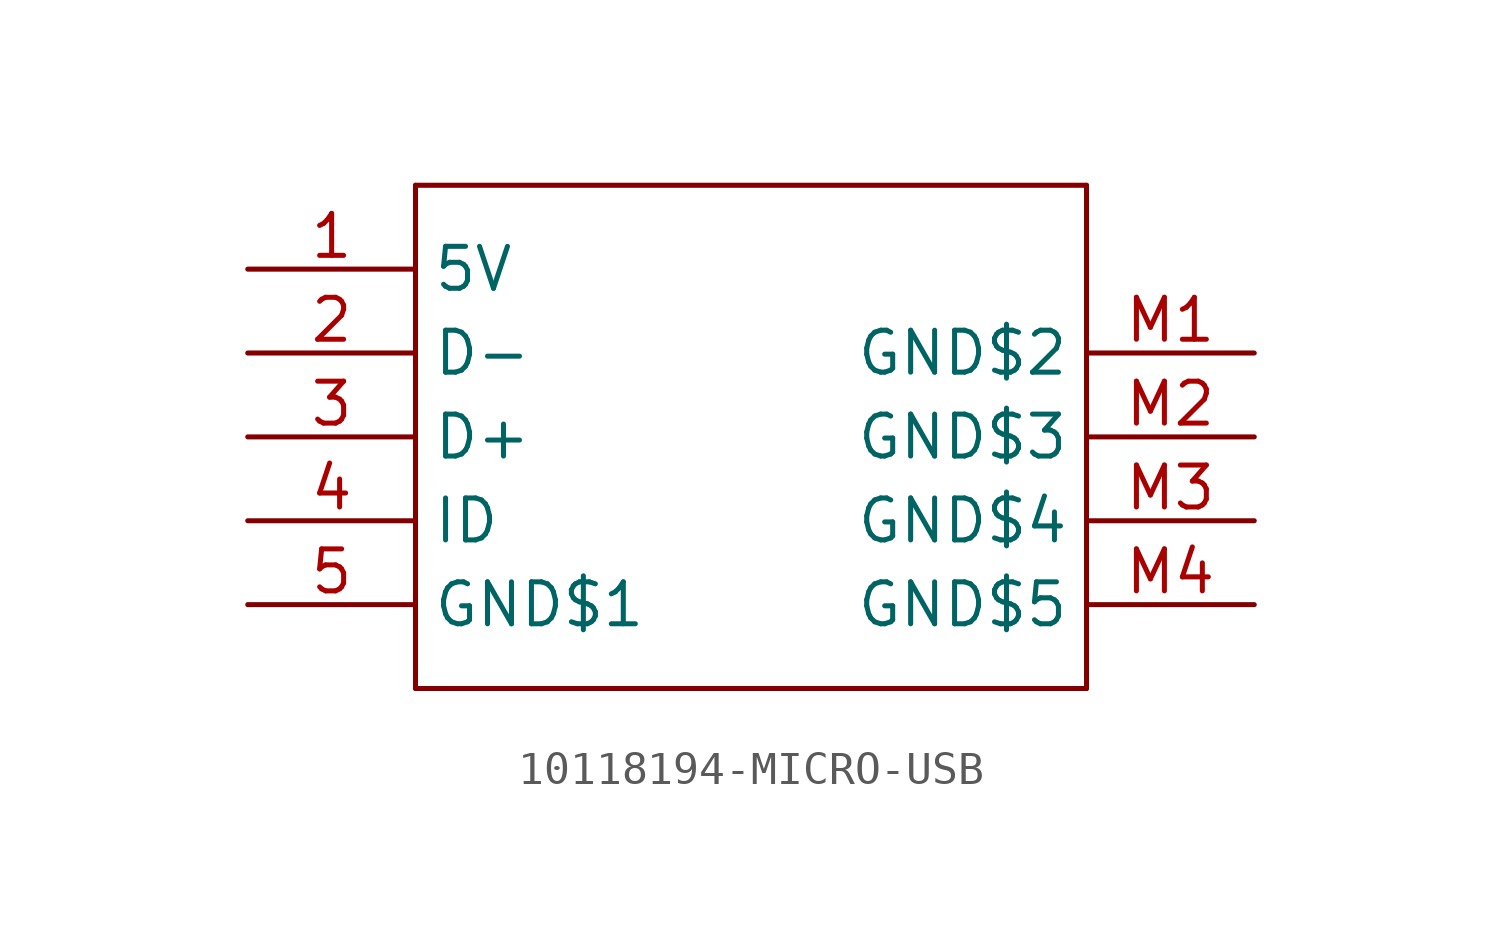
<source format=kicad_sym>
(kicad_symbol_lib
  (version 20231120)
  (generator "kicad_symbol_editor")
  (generator_version "8.0")
  (symbol "10118194-MICRO-USB"
    (property "Reference" "U"
      (at -5.08 10.16 0)
      (effects (font (size 1.778 1.511)) (justify left bottom) (hide yes)))
    (property "ki_locked" ""
      (at 0 0 0)
      (effects (font (size 1.27 1.27))))
    (symbol "10118194-MICRO-USB_1_0"
      (polyline (pts (xy -10.16 -7.62) (xy 10.16 -7.62)) (stroke (width 0.152) (type solid)) (fill (type none)))
      (polyline (pts (xy -10.16 7.62) (xy -10.16 -7.62)) (stroke (width 0.152) (type solid)) (fill (type none)))
      (polyline (pts (xy 10.16 -7.62) (xy 10.16 7.62)) (stroke (width 0.152) (type solid)) (fill (type none)))
      (polyline (pts (xy 10.16 7.62) (xy -10.16 7.62)) (stroke (width 0.152) (type solid)) (fill (type none)))
      (pin power_out line (at -15.24 5.08 0) (length 5.08) (name "5V" (effects (font (size 1.27 1.27)))) (number "1" (effects (font (size 1.27 1.27)))))
      (pin bidirectional line (at -15.24 2.54 0) (length 5.08) (name "D-" (effects (font (size 1.27 1.27)))) (number "2" (effects (font (size 1.27 1.27)))))
      (pin bidirectional line (at -15.24 0 0) (length 5.08) (name "D+" (effects (font (size 1.27 1.27)))) (number "3" (effects (font (size 1.27 1.27)))))
      (pin bidirectional line (at -15.24 -2.54 0) (length 5.08) (name "ID" (effects (font (size 1.27 1.27)))) (number "4" (effects (font (size 1.27 1.27)))))
      (pin power_out line (at -15.24 -5.08 0) (length 5.08) (name "GND$1" (effects (font (size 1.27 1.27)))) (number "5" (effects (font (size 1.27 1.27)))))
      (pin passive line (at 15.24 2.54 180) (length 5.08) (name "GND$2" (effects (font (size 1.27 1.27)))) (number "M1" (effects (font (size 1.27 1.27)))))
      (pin passive line (at 15.24 0 180) (length 5.08) (name "GND$3" (effects (font (size 1.27 1.27)))) (number "M2" (effects (font (size 1.27 1.27)))))
      (pin passive line (at 15.24 -2.54 180) (length 5.08) (name "GND$4" (effects (font (size 1.27 1.27)))) (number "M3" (effects (font (size 1.27 1.27)))))
      (pin passive line (at 15.24 -5.08 180) (length 5.08) (name "GND$5" (effects (font (size 1.27 1.27)))) (number "M4" (effects (font (size 1.27 1.27))))))))
</source>
